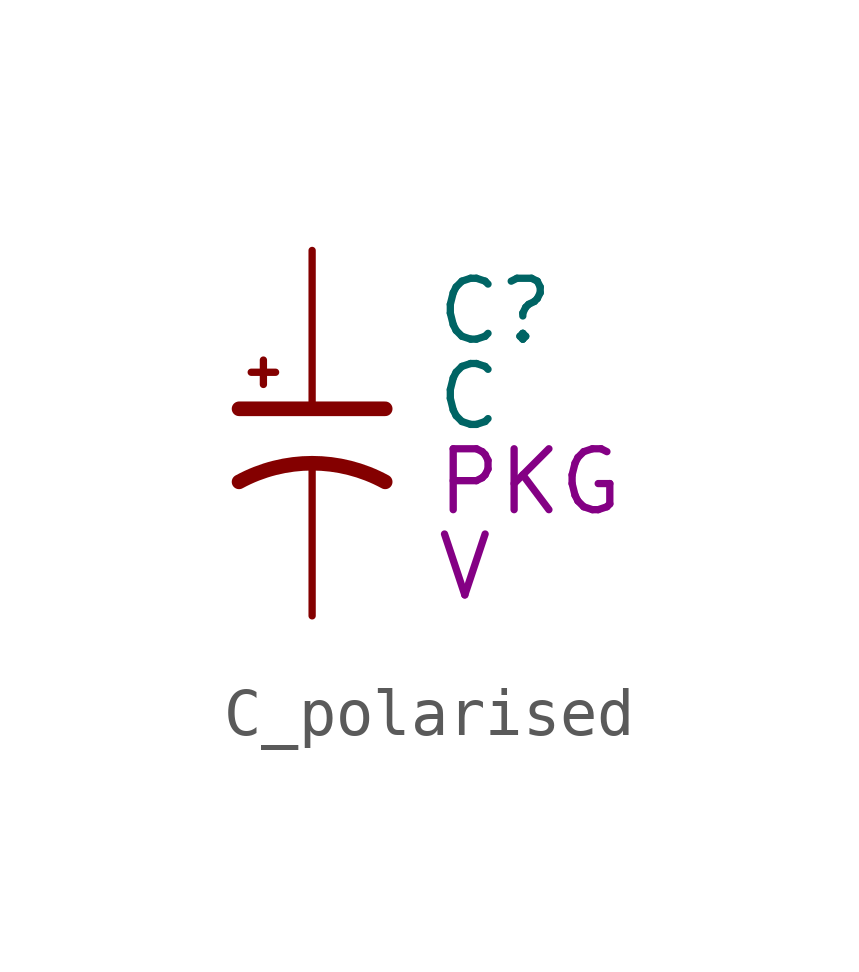
<source format=kicad_sym>
(kicad_symbol_lib
  (version 20241209)
  (generator "kicad_symbol_editor")
  (generator_version "9.0")
  (symbol "C_polarised"
    (pin_numbers
      (hide yes))
    (property "Reference" "C"
      (at 2.54 -1.27 0)
      (effects (font (size 1.27 1.27)) (justify left)))
    (property "Value" "C"
      (at 2.54 -3.048 0)
      (effects (font (size 1.27 1.27)) (justify left)))
    (property "Package" "PKG"
      (at 2.54 -4.826 0)
      (effects (font (size 1.27 1.27)) (justify left)))
    (property "Voltage Rating" "V"
      (at 2.54 -6.604 0)
      (effects (font (size 1.27 1.27)) (justify left)))
    (symbol "C_polarised_0_1"
      (polyline (pts (xy -1.524 -3.302) (xy 1.524 -3.302)) (stroke (width 0.305) (type default)) (fill (type none)))
      (polyline (pts (xy -1.27 -2.54) (xy -0.762 -2.54)) (stroke (width 0) (type default)) (fill (type none)))
      (polyline (pts (xy -1.016 -2.794) (xy -1.016 -2.286)) (stroke (width 0) (type default)) (fill (type none)))
      (arc (start -1.524 -4.826) (mid 0 -4.4374) (end 1.524 -4.826) (stroke (width 0.3048) (type default)) (fill (type none))))
    (symbol "C_polarised_1_1"
      (pin passive line (at 0 0 270) (length 3.175) (name "~" (effects (font (size 1.27 1.27)))) (number "1" (effects (font (size 1.27 1.27)))))
      (pin passive line (at 0 -7.62 90) (length 3.175) (name "~" (effects (font (size 1.27 1.27)))) (number "2" (effects (font (size 1.27 1.27))))))))
</source>
